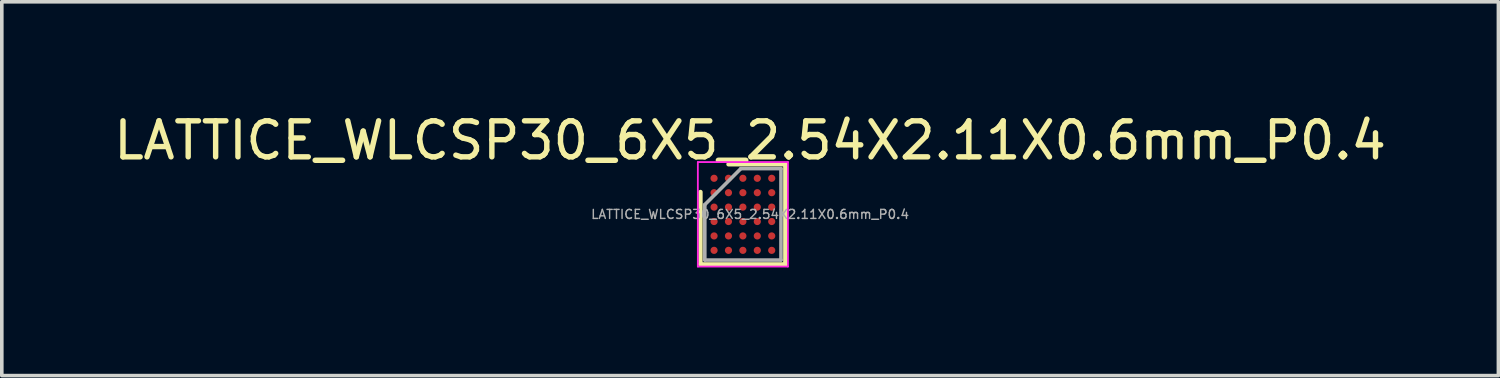
<source format=kicad_pcb>
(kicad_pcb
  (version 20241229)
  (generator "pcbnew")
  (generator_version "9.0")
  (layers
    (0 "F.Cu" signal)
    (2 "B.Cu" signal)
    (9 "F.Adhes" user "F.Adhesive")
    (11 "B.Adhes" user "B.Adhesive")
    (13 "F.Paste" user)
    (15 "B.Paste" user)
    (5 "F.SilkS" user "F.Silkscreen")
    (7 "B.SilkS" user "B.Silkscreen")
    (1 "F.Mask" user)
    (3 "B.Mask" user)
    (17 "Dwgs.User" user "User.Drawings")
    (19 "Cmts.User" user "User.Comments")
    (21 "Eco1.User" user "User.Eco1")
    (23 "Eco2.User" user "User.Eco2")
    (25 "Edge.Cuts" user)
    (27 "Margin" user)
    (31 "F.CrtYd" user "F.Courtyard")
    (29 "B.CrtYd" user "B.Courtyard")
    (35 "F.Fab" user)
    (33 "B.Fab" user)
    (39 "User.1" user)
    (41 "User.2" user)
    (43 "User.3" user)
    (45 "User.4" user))
  (footprint "LATTICE_WLCSP30_6X5_2.54X2.11X0.6mm_P0.4"
    (layer "F.Cu")
    (at 17.568 2.898)
    (property "Reference" "LATTICE_WLCSP30_6X5_2.54X2.11X0.6mm_P0.4" (at 0.2 -2.05 0) (unlocked yes) (layer "F.SilkS") (effects (font (size 1 1) (thickness 0.15))))
    (attr smd)
    (fp_line (start -1.18 1.389) (end 1.177 1.389) (stroke (width 0.12) (type default)) (layer "F.SilkS"))
    (fp_line (start -1.177 1.389) (end -1.177 -0.62) (stroke (width 0.12) (type default)) (layer "F.SilkS"))
    (fp_line (start -0.4 -1.388) (end 1.177 -1.388) (stroke (width 0.12) (type default)) (layer "F.SilkS"))
    (fp_line (start 1.177 -1.388) (end 1.177 1.39) (stroke (width 0.12) (type default)) (layer "F.SilkS"))
    (fp_line (start -1.25 -1.45) (end 1.25 -1.45) (stroke (width 0.05) (type default)) (layer "F.CrtYd"))
    (fp_line (start -1.25 1.45) (end -1.25 -1.45) (stroke (width 0.05) (type default)) (layer "F.CrtYd"))
    (fp_line (start 1.25 -1.45) (end 1.25 1.45) (stroke (width 0.05) (type default)) (layer "F.CrtYd"))
    (fp_line (start 1.25 1.45) (end -1.25 1.45) (stroke (width 0.05) (type default)) (layer "F.CrtYd"))
    (fp_line (start -1.057 -0.268) (end -1.057 1.269) (stroke (width 0.1) (type default)) (layer "F.Fab"))
    (fp_line (start -1.057 1.269) (end 1.057 1.269) (stroke (width 0.1) (type default)) (layer "F.Fab"))
    (fp_line (start -0.057 -1.268) (end -1.057 -0.268) (stroke (width 0.1) (type default)) (layer "F.Fab"))
    (fp_line (start 1.057 -1.268) (end -0.057 -1.268) (stroke (width 0.1) (type default)) (layer "F.Fab"))
    (fp_line (start 1.057 1.269) (end 1.057 -1.268) (stroke (width 0.1) (type default)) (layer "F.Fab"))
    (fp_text user "${REFERENCE}" (at 0.2 0 0) (unlocked yes) (layer "F.Fab") (effects (font (size 0.25 0.25) (thickness 0.04))))
    (pad "A1" smd circle (at -0.8 -1) (size 0.2 0.2) (layers "F.Cu" "F.Mask" "F.Paste"))
    (pad "A2" smd circle (at -0.4 -1) (size 0.2 0.2) (layers "F.Cu" "F.Mask" "F.Paste"))
    (pad "A3" smd circle (at 0 -1) (size 0.2 0.2) (layers "F.Cu" "F.Mask" "F.Paste"))
    (pad "A4" smd circle (at 0.4 -1) (size 0.2 0.2) (layers "F.Cu" "F.Mask" "F.Paste"))
    (pad "A5" smd circle (at 0.8 -1) (size 0.2 0.2) (layers "F.Cu" "F.Mask" "F.Paste"))
    (pad "B1" smd circle (at -0.8 -0.6) (size 0.2 0.2) (layers "F.Cu" "F.Mask" "F.Paste"))
    (pad "B2" smd circle (at -0.4 -0.6) (size 0.2 0.2) (layers "F.Cu" "F.Mask" "F.Paste"))
    (pad "B3" smd circle (at 0 -0.6) (size 0.2 0.2) (layers "F.Cu" "F.Mask" "F.Paste"))
    (pad "B4" smd circle (at 0.4 -0.6) (size 0.2 0.2) (layers "F.Cu" "F.Mask" "F.Paste"))
    (pad "B5" smd circle (at 0.8 -0.6) (size 0.2 0.2) (layers "F.Cu" "F.Mask" "F.Paste"))
    (pad "C1" smd circle (at -0.8 -0.2) (size 0.2 0.2) (layers "F.Cu" "F.Mask" "F.Paste"))
    (pad "C2" smd circle (at -0.4 -0.2) (size 0.2 0.2) (layers "F.Cu" "F.Mask" "F.Paste"))
    (pad "C3" smd circle (at 0 -0.2) (size 0.2 0.2) (layers "F.Cu" "F.Mask" "F.Paste"))
    (pad "C4" smd circle (at 0.4 -0.2) (size 0.2 0.2) (layers "F.Cu" "F.Mask" "F.Paste"))
    (pad "C5" smd circle (at 0.8 -0.2) (size 0.2 0.2) (layers "F.Cu" "F.Mask" "F.Paste"))
    (pad "D1" smd circle (at -0.8 0.2) (size 0.2 0.2) (layers "F.Cu" "F.Mask" "F.Paste"))
    (pad "D2" smd circle (at -0.4 0.2) (size 0.2 0.2) (layers "F.Cu" "F.Mask" "F.Paste"))
    (pad "D3" smd circle (at 0 0.2) (size 0.2 0.2) (layers "F.Cu" "F.Mask" "F.Paste"))
    (pad "D4" smd circle (at 0.4 0.2) (size 0.2 0.2) (layers "F.Cu" "F.Mask" "F.Paste"))
    (pad "D5" smd circle (at 0.8 0.2) (size 0.2 0.2) (layers "F.Cu" "F.Mask" "F.Paste"))
    (pad "E1" smd circle (at -0.8 0.6) (size 0.2 0.2) (layers "F.Cu" "F.Mask" "F.Paste"))
    (pad "E2" smd circle (at -0.4 0.6) (size 0.2 0.2) (layers "F.Cu" "F.Mask" "F.Paste"))
    (pad "E3" smd circle (at 0 0.6) (size 0.2 0.2) (layers "F.Cu" "F.Mask" "F.Paste"))
    (pad "E4" smd circle (at 0.4 0.6) (size 0.2 0.2) (layers "F.Cu" "F.Mask" "F.Paste"))
    (pad "E5" smd circle (at 0.8 0.6) (size 0.2 0.2) (layers "F.Cu" "F.Mask" "F.Paste"))
    (pad "F1" smd circle (at -0.8 1) (size 0.2 0.2) (layers "F.Cu" "F.Mask" "F.Paste"))
    (pad "F2" smd circle (at -0.4 1) (size 0.2 0.2) (layers "F.Cu" "F.Mask" "F.Paste"))
    (pad "F3" smd circle (at 0 1) (size 0.2 0.2) (layers "F.Cu" "F.Mask" "F.Paste"))
    (pad "F4" smd circle (at 0.4 1) (size 0.2 0.2) (layers "F.Cu" "F.Mask" "F.Paste"))
    (pad "F5" smd circle (at 0.8 1) (size 0.2 0.2) (layers "F.Cu" "F.Mask" "F.Paste")))
  (gr_rect
    (start -3 -3)
    (end 38.536 7.374)
    (stroke (width 0.1) (type default))
    (fill no)
    (layer "Edge.Cuts")))
</source>
